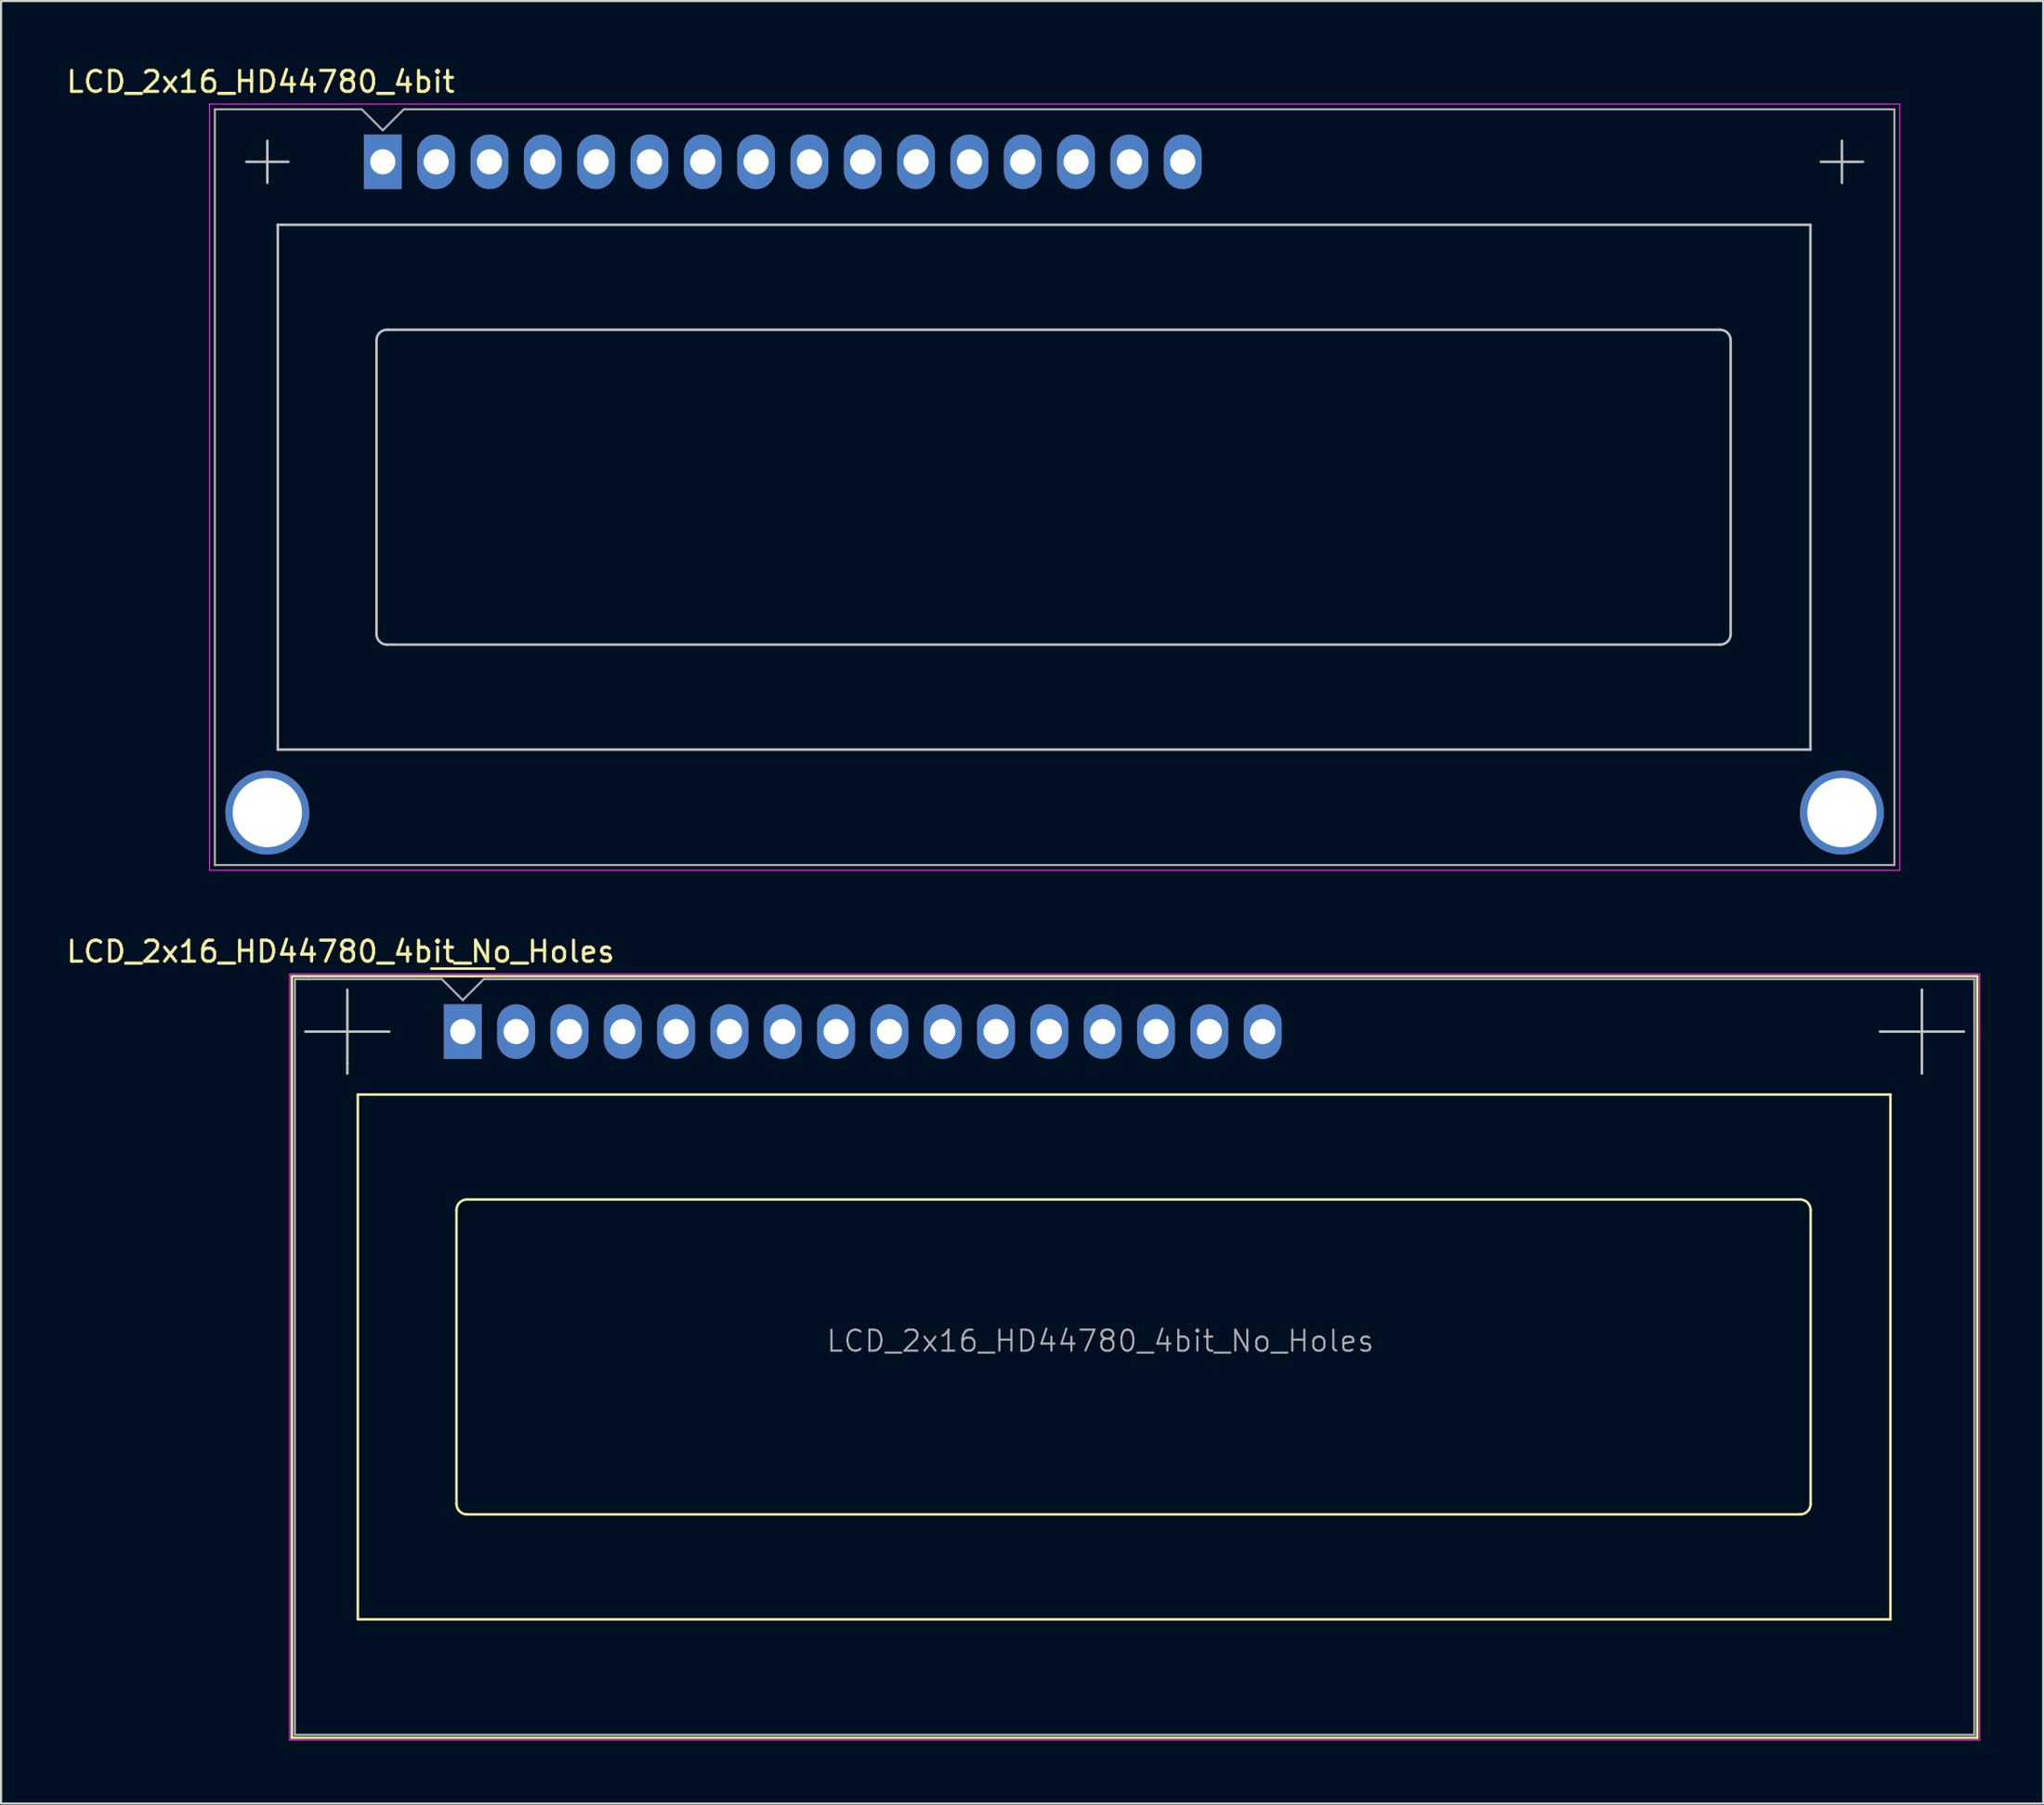
<source format=kicad_pcb>
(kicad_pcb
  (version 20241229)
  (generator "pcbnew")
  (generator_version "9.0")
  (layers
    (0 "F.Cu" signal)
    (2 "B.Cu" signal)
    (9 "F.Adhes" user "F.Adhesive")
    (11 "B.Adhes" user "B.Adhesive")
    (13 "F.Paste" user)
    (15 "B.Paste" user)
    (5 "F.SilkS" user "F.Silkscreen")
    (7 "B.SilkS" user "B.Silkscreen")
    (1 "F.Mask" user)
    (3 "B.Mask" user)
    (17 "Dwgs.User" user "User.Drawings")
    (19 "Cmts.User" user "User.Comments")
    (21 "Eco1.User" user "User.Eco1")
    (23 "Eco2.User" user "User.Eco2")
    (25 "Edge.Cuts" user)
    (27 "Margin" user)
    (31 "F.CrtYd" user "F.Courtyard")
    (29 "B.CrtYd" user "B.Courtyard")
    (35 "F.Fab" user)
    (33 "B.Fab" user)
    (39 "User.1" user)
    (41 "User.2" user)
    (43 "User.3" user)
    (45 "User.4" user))
  (footprint "LCD_2x16_HD44780_4bit"
    (layer "F.Cu")
    (at 15.183 4.658)
    (property "Reference" "LCD_2x16_HD44780_4bit" (at -5.82 -3.81 0) (layer "F.SilkS") (effects (font (size 1 1) (thickness 0.15))))
    (attr through_hole)
    (fp_line (start -5.5 0) (end -6.5 0) (stroke (width 0.12) (type solid)) (layer "Dwgs.User"))
    (fp_line (start -5.5 0) (end -5.5 -1) (stroke (width 0.12) (type solid)) (layer "Dwgs.User"))
    (fp_line (start -5.5 0) (end -5.5 1) (stroke (width 0.12) (type solid)) (layer "Dwgs.User"))
    (fp_line (start -5.5 0) (end -4.5 0) (stroke (width 0.12) (type solid)) (layer "Dwgs.User"))
    (fp_line (start -5 3) (end 68 3) (stroke (width 0.12) (type solid)) (layer "Dwgs.User"))
    (fp_line (start -5 28) (end -5 3) (stroke (width 0.12) (type solid)) (layer "Dwgs.User"))
    (fp_line (start -0.3 22.499) (end -0.3 8.5) (stroke (width 0.12) (type solid)) (layer "Dwgs.User"))
    (fp_line (start 0.2 8) (end 63.7 8) (stroke (width 0.12) (type solid)) (layer "Dwgs.User"))
    (fp_line (start 63.701 23) (end 0.2 23) (stroke (width 0.12) (type solid)) (layer "Dwgs.User"))
    (fp_line (start 64.2 8.5) (end 64.2 22.5) (stroke (width 0.12) (type solid)) (layer "Dwgs.User"))
    (fp_line (start 68 3) (end 68 28) (stroke (width 0.12) (type solid)) (layer "Dwgs.User"))
    (fp_line (start 68 28) (end -5 28) (stroke (width 0.12) (type solid)) (layer "Dwgs.User"))
    (fp_line (start 69.5 0) (end 68.5 0) (stroke (width 0.12) (type solid)) (layer "Dwgs.User"))
    (fp_line (start 69.5 0) (end 69.5 -1) (stroke (width 0.12) (type solid)) (layer "Dwgs.User"))
    (fp_line (start 69.5 0) (end 69.5 1) (stroke (width 0.12) (type solid)) (layer "Dwgs.User"))
    (fp_line (start 69.5 0) (end 70.5 0) (stroke (width 0.12) (type solid)) (layer "Dwgs.User"))
    (fp_arc (start -0.29972 8.49884) (mid -0.153162 8.145018) (end 0.20066 7.99846) (stroke (width 0.12) (type solid)) (layer "Dwgs.User"))
    (fp_arc (start 0.20066 22.9997) (mid -0.153162 22.853142) (end -0.29972 22.49932) (stroke (width 0.12) (type solid)) (layer "Dwgs.User"))
    (fp_arc (start 63.7 8) (mid 64.053553 8.146447) (end 64.2 8.5) (stroke (width 0.12) (type solid)) (layer "Dwgs.User"))
    (fp_arc (start 64.20104 22.49932) (mid 64.054482 22.853142) (end 63.70066 22.9997) (stroke (width 0.12) (type solid)) (layer "Dwgs.User"))
    (fp_line (start -8.25 -2.75) (end -8.25 33.75) (stroke (width 0.05) (type solid)) (layer "F.CrtYd"))
    (fp_line (start -8.25 -2.75) (end 72.25 -2.75) (stroke (width 0.05) (type solid)) (layer "F.CrtYd"))
    (fp_line (start -8.25 33.75) (end 72.25 33.75) (stroke (width 0.05) (type solid)) (layer "F.CrtYd"))
    (fp_line (start 72.25 -2.75) (end 72.25 33.75) (stroke (width 0.05) (type solid)) (layer "F.CrtYd"))
    (fp_line (start -8 33.5) (end -8 -2.5) (stroke (width 0.1) (type solid)) (layer "F.Fab"))
    (fp_line (start -1 -2.5) (end -8 -2.5) (stroke (width 0.1) (type solid)) (layer "F.Fab"))
    (fp_line (start 0 -1.5) (end -1 -2.5) (stroke (width 0.1) (type solid)) (layer "F.Fab"))
    (fp_line (start 1 -2.5) (end 0 -1.5) (stroke (width 0.1) (type solid)) (layer "F.Fab"))
    (fp_line (start 1 -2.5) (end 72 -2.5) (stroke (width 0.1) (type solid)) (layer "F.Fab"))
    (fp_line (start 72 -2.5) (end 72 33.5) (stroke (width 0.1) (type solid)) (layer "F.Fab"))
    (fp_line (start 72 33.5) (end -8 33.5) (stroke (width 0.1) (type solid)) (layer "F.Fab"))
    (pad "" thru_hole circle (at -5.499 31.001) (size 4 4) (drill 3.3) (layers "*.Cu" "*.Mask"))
    (pad "" thru_hole circle (at 69.499 31.001) (size 4 4) (drill 3.3) (layers "*.Cu" "*.Mask"))
    (pad "A" thru_hole oval (at 35.56 0) (size 1.8 2.6) (drill 1.2) (layers "*.Cu" "*.Mask"))
    (pad "D0" thru_hole oval (at 15.24 0) (size 1.8 2.6) (drill 1.2) (layers "*.Cu" "*.Mask"))
    (pad "D1" thru_hole oval (at 17.78 0) (size 1.8 2.6) (drill 1.2) (layers "*.Cu" "*.Mask"))
    (pad "D2" thru_hole oval (at 20.32 0) (size 1.8 2.6) (drill 1.2) (layers "*.Cu" "*.Mask"))
    (pad "D3" thru_hole oval (at 22.86 0) (size 1.8 2.6) (drill 1.2) (layers "*.Cu" "*.Mask"))
    (pad "D4" thru_hole oval (at 25.4 0) (size 1.8 2.6) (drill 1.2) (layers "*.Cu" "*.Mask"))
    (pad "D5" thru_hole oval (at 27.94 0) (size 1.8 2.6) (drill 1.2) (layers "*.Cu" "*.Mask"))
    (pad "D6" thru_hole oval (at 30.48 0) (size 1.8 2.6) (drill 1.2) (layers "*.Cu" "*.Mask"))
    (pad "D7" thru_hole oval (at 33.02 0) (size 1.8 2.6) (drill 1.2) (layers "*.Cu" "*.Mask"))
    (pad "E" thru_hole oval (at 12.7 0) (size 1.8 2.6) (drill 1.2) (layers "*.Cu" "*.Mask"))
    (pad "GND" thru_hole rect (at 0 0) (size 1.8 2.6) (drill 1.2) (layers "*.Cu" "*.Mask"))
    (pad "K" thru_hole oval (at 38.1 0) (size 1.8 2.6) (drill 1.2) (layers "*.Cu" "*.Mask"))
    (pad "RS" thru_hole oval (at 7.62 0) (size 1.8 2.6) (drill 1.2) (layers "*.Cu" "*.Mask"))
    (pad "RW" thru_hole oval (at 10.16 0) (size 1.8 2.6) (drill 1.2) (layers "*.Cu" "*.Mask"))
    (pad "VCC" thru_hole oval (at 2.54 0) (size 1.8 2.6) (drill 1.2) (layers "*.Cu" "*.Mask"))
    (pad "VE" thru_hole oval (at 5.08 0) (size 1.8 2.6) (drill 1.2) (layers "*.Cu" "*.Mask")))
  (footprint "LCD_2x16_HD44780_4bit_No_Holes"
    (layer "F.Cu")
    (at 18.993 46.092)
    (property "Reference" "LCD_2x16_HD44780_4bit_No_Holes" (at -5.82 -3.81 0) (layer "F.SilkS") (effects (font (size 1 1) (thickness 0.15))))
    (attr through_hole)
    (fp_line (start -8.14 -2.64) (end -8.14 33.64) (stroke (width 0.12) (type solid)) (layer "F.SilkS"))
    (fp_line (start -8.14 33.64) (end 72.14 33.64) (stroke (width 0.12) (type solid)) (layer "F.SilkS"))
    (fp_line (start -8.13 -2.64) (end -7.34 -2.64) (stroke (width 0.12) (type solid)) (layer "F.SilkS"))
    (fp_line (start -5 3) (end 68 3) (stroke (width 0.12) (type solid)) (layer "F.SilkS"))
    (fp_line (start -5 28) (end -5 3) (stroke (width 0.12) (type solid)) (layer "F.SilkS"))
    (fp_line (start -1.5 -3) (end 1.5 -3) (stroke (width 0.12) (type solid)) (layer "F.SilkS"))
    (fp_line (start -0.3 22.499) (end -0.3 8.5) (stroke (width 0.12) (type solid)) (layer "F.SilkS"))
    (fp_line (start 0.2 8) (end 63.7 8) (stroke (width 0.12) (type solid)) (layer "F.SilkS"))
    (fp_line (start 63.701 23) (end 0.2 23) (stroke (width 0.12) (type solid)) (layer "F.SilkS"))
    (fp_line (start 64.2 8.5) (end 64.2 22.5) (stroke (width 0.12) (type solid)) (layer "F.SilkS"))
    (fp_line (start 68 3) (end 68 28) (stroke (width 0.12) (type solid)) (layer "F.SilkS"))
    (fp_line (start 68 28) (end -5 28) (stroke (width 0.12) (type solid)) (layer "F.SilkS"))
    (fp_line (start 72.14 -2.64) (end -7.34 -2.64) (stroke (width 0.12) (type solid)) (layer "F.SilkS"))
    (fp_line (start 72.14 33.64) (end 72.14 -2.64) (stroke (width 0.12) (type solid)) (layer "F.SilkS"))
    (fp_arc (start -0.29972 8.49884) (mid -0.153162 8.145018) (end 0.20066 7.99846) (stroke (width 0.12) (type solid)) (layer "F.SilkS"))
    (fp_arc (start 0.20066 22.9997) (mid -0.153162 22.853142) (end -0.29972 22.49932) (stroke (width 0.12) (type solid)) (layer "F.SilkS"))
    (fp_arc (start 63.7 8) (mid 64.053553 8.146447) (end 64.2 8.5) (stroke (width 0.12) (type solid)) (layer "F.SilkS"))
    (fp_arc (start 64.20104 22.49932) (mid 64.054482 22.853142) (end 63.70066 22.9997) (stroke (width 0.12) (type solid)) (layer "F.SilkS"))
    (fp_line (start -7.5 0) (end -3.5 0) (stroke (width 0.12) (type solid)) (layer "Dwgs.User"))
    (fp_line (start -5.5 -2) (end -5.5 1.5) (stroke (width 0.12) (type solid)) (layer "Dwgs.User"))
    (fp_line (start -5.5 1.5) (end -5.5 2) (stroke (width 0.12) (type solid)) (layer "Dwgs.User"))
    (fp_line (start 67.5 0) (end 71.5 0) (stroke (width 0.12) (type solid)) (layer "Dwgs.User"))
    (fp_line (start 69.5 -2) (end 69.5 2) (stroke (width 0.12) (type solid)) (layer "Dwgs.User"))
    (fp_line (start -8.25 -2.75) (end -8.25 33.75) (stroke (width 0.05) (type solid)) (layer "F.CrtYd"))
    (fp_line (start -8.25 -2.75) (end 72.25 -2.75) (stroke (width 0.05) (type solid)) (layer "F.CrtYd"))
    (fp_line (start -8.25 33.75) (end 72.25 33.75) (stroke (width 0.05) (type solid)) (layer "F.CrtYd"))
    (fp_line (start 72.25 -2.75) (end 72.25 33.75) (stroke (width 0.05) (type solid)) (layer "F.CrtYd"))
    (fp_line (start -8 33.5) (end -8 -2.5) (stroke (width 0.1) (type solid)) (layer "F.Fab"))
    (fp_line (start -1 -2.5) (end -8 -2.5) (stroke (width 0.1) (type solid)) (layer "F.Fab"))
    (fp_line (start 0 -1.5) (end -1 -2.5) (stroke (width 0.1) (type solid)) (layer "F.Fab"))
    (fp_line (start 1 -2.5) (end 0 -1.5) (stroke (width 0.1) (type solid)) (layer "F.Fab"))
    (fp_line (start 1 -2.5) (end 72 -2.5) (stroke (width 0.1) (type solid)) (layer "F.Fab"))
    (fp_line (start 72 -2.5) (end 72 33.5) (stroke (width 0.1) (type solid)) (layer "F.Fab"))
    (fp_line (start 72 33.5) (end -8 33.5) (stroke (width 0.1) (type solid)) (layer "F.Fab"))
    (fp_text user "${REFERENCE}" (at 30.37 14.74 0) (layer "F.Fab") (effects (font (size 1 1) (thickness 0.1))))
    (pad "A" thru_hole oval (at 35.56 0) (size 1.8 2.6) (drill 1.2) (layers "*.Cu" "*.Mask"))
    (pad "D0" thru_hole oval (at 15.24 0) (size 1.8 2.6) (drill 1.2) (layers "*.Cu" "*.Mask"))
    (pad "D1" thru_hole oval (at 17.78 0) (size 1.8 2.6) (drill 1.2) (layers "*.Cu" "*.Mask"))
    (pad "D2" thru_hole oval (at 20.32 0) (size 1.8 2.6) (drill 1.2) (layers "*.Cu" "*.Mask"))
    (pad "D3" thru_hole oval (at 22.86 0) (size 1.8 2.6) (drill 1.2) (layers "*.Cu" "*.Mask"))
    (pad "D4" thru_hole oval (at 25.4 0) (size 1.8 2.6) (drill 1.2) (layers "*.Cu" "*.Mask"))
    (pad "D5" thru_hole oval (at 27.94 0) (size 1.8 2.6) (drill 1.2) (layers "*.Cu" "*.Mask"))
    (pad "D6" thru_hole oval (at 30.48 0) (size 1.8 2.6) (drill 1.2) (layers "*.Cu" "*.Mask"))
    (pad "D7" thru_hole oval (at 33.02 0) (size 1.8 2.6) (drill 1.2) (layers "*.Cu" "*.Mask"))
    (pad "E" thru_hole oval (at 12.7 0) (size 1.8 2.6) (drill 1.2) (layers "*.Cu" "*.Mask"))
    (pad "GND" thru_hole rect (at 0 0) (size 1.8 2.6) (drill 1.2) (layers "*.Cu" "*.Mask"))
    (pad "K" thru_hole oval (at 38.1 0) (size 1.8 2.6) (drill 1.2) (layers "*.Cu" "*.Mask"))
    (pad "RS" thru_hole oval (at 7.62 0) (size 1.8 2.6) (drill 1.2) (layers "*.Cu" "*.Mask"))
    (pad "RW" thru_hole oval (at 10.16 0) (size 1.8 2.6) (drill 1.2) (layers "*.Cu" "*.Mask"))
    (pad "VCC" thru_hole oval (at 2.54 0) (size 1.8 2.6) (drill 1.2) (layers "*.Cu" "*.Mask"))
    (pad "VE" thru_hole oval (at 5.08 0) (size 1.8 2.6) (drill 1.2) (layers "*.Cu" "*.Mask")))
  (gr_rect
    (start -3 -3)
    (end 94.268 82.867)
    (stroke (width 0.1) (type default))
    (fill no)
    (layer "Edge.Cuts")))
</source>
